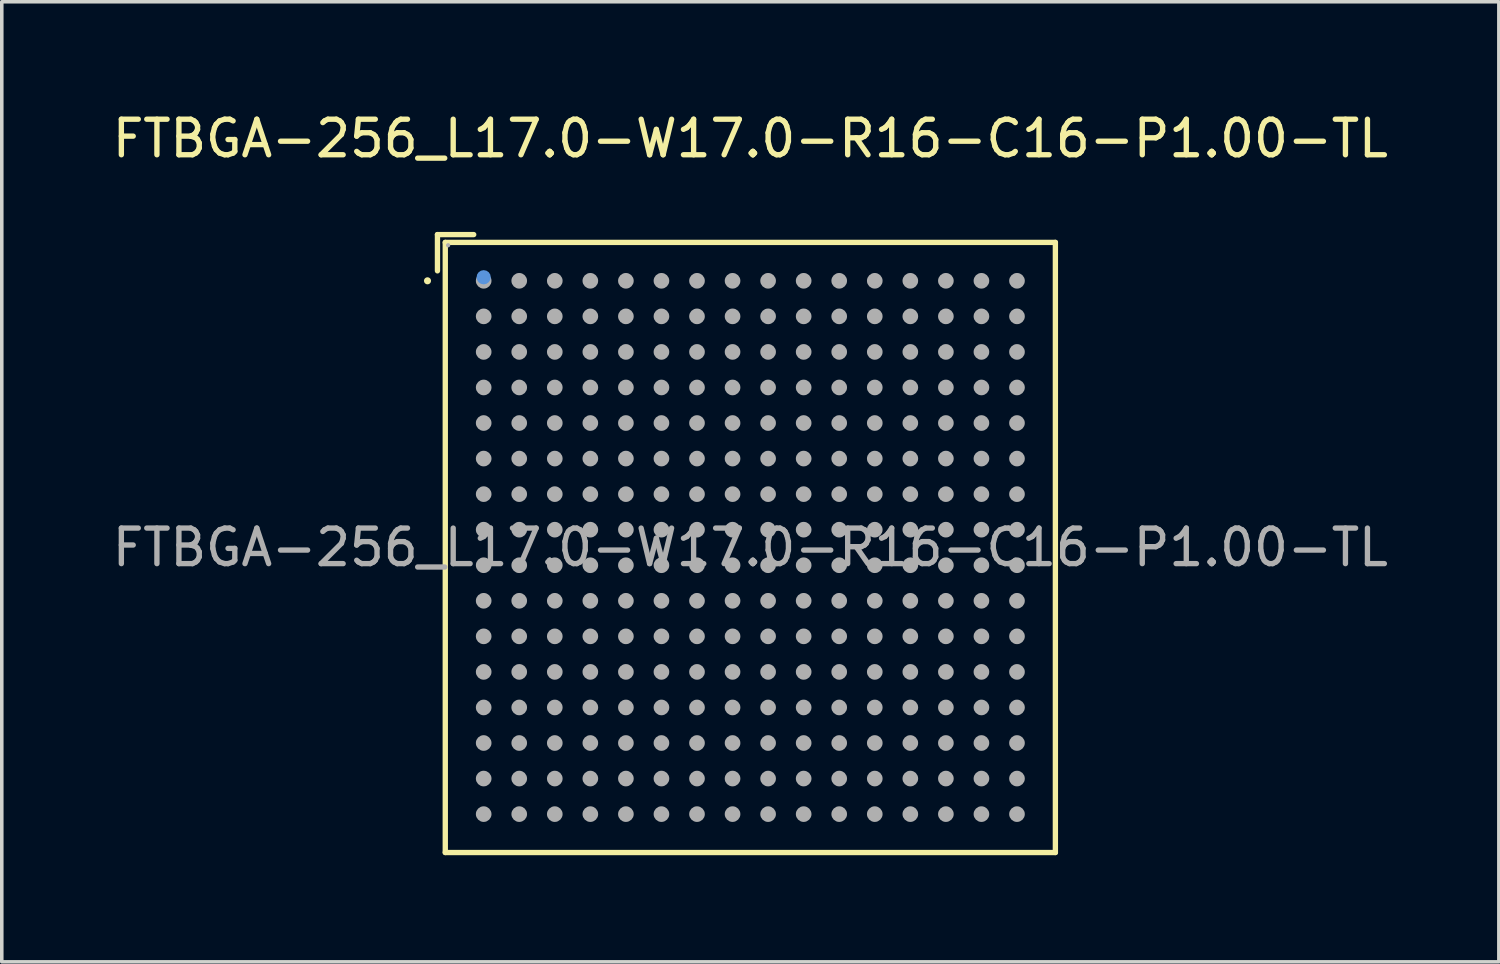
<source format=kicad_pcb>
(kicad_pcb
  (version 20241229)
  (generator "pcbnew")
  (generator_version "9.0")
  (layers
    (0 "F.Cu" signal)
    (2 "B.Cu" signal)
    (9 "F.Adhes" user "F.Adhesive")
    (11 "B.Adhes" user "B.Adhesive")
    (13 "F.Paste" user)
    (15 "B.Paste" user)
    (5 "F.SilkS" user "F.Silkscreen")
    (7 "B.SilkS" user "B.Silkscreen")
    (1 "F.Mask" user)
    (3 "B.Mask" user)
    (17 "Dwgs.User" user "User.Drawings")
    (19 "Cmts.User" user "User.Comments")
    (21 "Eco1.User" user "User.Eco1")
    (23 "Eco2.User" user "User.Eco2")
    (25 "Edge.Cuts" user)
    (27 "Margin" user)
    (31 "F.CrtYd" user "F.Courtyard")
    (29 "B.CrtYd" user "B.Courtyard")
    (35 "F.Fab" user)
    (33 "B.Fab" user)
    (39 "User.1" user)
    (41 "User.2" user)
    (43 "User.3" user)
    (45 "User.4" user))
  (footprint "FTBGA-256_L17.0-W17.0-R16-C16-P1.00-TL"
    (layer "F.Cu")
    (at 18.054 12.348)
    (property "Reference" "FTBGA-256_L17.0-W17.0-R16-C16-P1.00-TL" (at 0 -11.5 0) (layer "F.SilkS") (effects (font (size 1 1) (thickness 0.15))))
    (attr through_hole)
    (fp_line (start -8.8 -8.8) (end -7.78 -8.8) (stroke (width 0.15) (type solid)) (layer "F.SilkS"))
    (fp_line (start -8.8 -7.78) (end -8.8 -8.8) (stroke (width 0.15) (type solid)) (layer "F.SilkS"))
    (fp_line (start -8.58 -8.58) (end 8.58 -8.58) (stroke (width 0.15) (type solid)) (layer "F.SilkS"))
    (fp_line (start -8.58 8.58) (end -8.58 -8.58) (stroke (width 0.15) (type solid)) (layer "F.SilkS"))
    (fp_line (start 8.58 -8.58) (end 8.58 8.58) (stroke (width 0.15) (type solid)) (layer "F.SilkS"))
    (fp_line (start 8.58 8.58) (end -8.58 8.58) (stroke (width 0.15) (type solid)) (layer "F.SilkS"))
    (fp_circle (center -9.08 -7.5) (end -9.03 -7.5) (stroke (width 0.1) (type solid)) (fill no) (layer "F.SilkS"))
    (fp_circle (center -7.5 -7.6) (end -7.4 -7.6) (stroke (width 0.2) (type solid)) (fill no) (layer "Cmts.User"))
    (fp_circle (center -8.5 -8.5) (end -8.47 -8.5) (stroke (width 0.06) (type solid)) (fill no) (layer "F.Fab"))
    (fp_circle (center -7.5 -7.5) (end -7.39 -7.5) (stroke (width 0.22) (type solid)) (fill no) (layer "F.Fab"))
    (fp_circle (center -7.5 -6.5) (end -7.39 -6.5) (stroke (width 0.22) (type solid)) (fill no) (layer "F.Fab"))
    (fp_circle (center -7.5 -5.5) (end -7.39 -5.5) (stroke (width 0.22) (type solid)) (fill no) (layer "F.Fab"))
    (fp_circle (center -7.5 -4.5) (end -7.39 -4.5) (stroke (width 0.22) (type solid)) (fill no) (layer "F.Fab"))
    (fp_circle (center -7.5 -3.5) (end -7.39 -3.5) (stroke (width 0.22) (type solid)) (fill no) (layer "F.Fab"))
    (fp_circle (center -7.5 -2.5) (end -7.39 -2.5) (stroke (width 0.22) (type solid)) (fill no) (layer "F.Fab"))
    (fp_circle (center -7.5 -1.5) (end -7.39 -1.5) (stroke (width 0.22) (type solid)) (fill no) (layer "F.Fab"))
    (fp_circle (center -7.5 -0.5) (end -7.39 -0.5) (stroke (width 0.22) (type solid)) (fill no) (layer "F.Fab"))
    (fp_circle (center -7.5 0.5) (end -7.39 0.5) (stroke (width 0.22) (type solid)) (fill no) (layer "F.Fab"))
    (fp_circle (center -7.5 1.5) (end -7.39 1.5) (stroke (width 0.22) (type solid)) (fill no) (layer "F.Fab"))
    (fp_circle (center -7.5 2.5) (end -7.39 2.5) (stroke (width 0.22) (type solid)) (fill no) (layer "F.Fab"))
    (fp_circle (center -7.5 3.5) (end -7.39 3.5) (stroke (width 0.22) (type solid)) (fill no) (layer "F.Fab"))
    (fp_circle (center -7.5 4.5) (end -7.39 4.5) (stroke (width 0.22) (type solid)) (fill no) (layer "F.Fab"))
    (fp_circle (center -7.5 5.5) (end -7.39 5.5) (stroke (width 0.22) (type solid)) (fill no) (layer "F.Fab"))
    (fp_circle (center -7.5 6.5) (end -7.39 6.5) (stroke (width 0.22) (type solid)) (fill no) (layer "F.Fab"))
    (fp_circle (center -7.5 7.5) (end -7.39 7.5) (stroke (width 0.22) (type solid)) (fill no) (layer "F.Fab"))
    (fp_circle (center -6.5 -7.5) (end -6.39 -7.5) (stroke (width 0.22) (type solid)) (fill no) (layer "F.Fab"))
    (fp_circle (center -6.5 -6.5) (end -6.39 -6.5) (stroke (width 0.22) (type solid)) (fill no) (layer "F.Fab"))
    (fp_circle (center -6.5 -5.5) (end -6.39 -5.5) (stroke (width 0.22) (type solid)) (fill no) (layer "F.Fab"))
    (fp_circle (center -6.5 -4.5) (end -6.39 -4.5) (stroke (width 0.22) (type solid)) (fill no) (layer "F.Fab"))
    (fp_circle (center -6.5 -3.5) (end -6.39 -3.5) (stroke (width 0.22) (type solid)) (fill no) (layer "F.Fab"))
    (fp_circle (center -6.5 -2.5) (end -6.39 -2.5) (stroke (width 0.22) (type solid)) (fill no) (layer "F.Fab"))
    (fp_circle (center -6.5 -1.5) (end -6.39 -1.5) (stroke (width 0.22) (type solid)) (fill no) (layer "F.Fab"))
    (fp_circle (center -6.5 -0.5) (end -6.39 -0.5) (stroke (width 0.22) (type solid)) (fill no) (layer "F.Fab"))
    (fp_circle (center -6.5 0.5) (end -6.39 0.5) (stroke (width 0.22) (type solid)) (fill no) (layer "F.Fab"))
    (fp_circle (center -6.5 1.5) (end -6.39 1.5) (stroke (width 0.22) (type solid)) (fill no) (layer "F.Fab"))
    (fp_circle (center -6.5 2.5) (end -6.39 2.5) (stroke (width 0.22) (type solid)) (fill no) (layer "F.Fab"))
    (fp_circle (center -6.5 3.5) (end -6.39 3.5) (stroke (width 0.22) (type solid)) (fill no) (layer "F.Fab"))
    (fp_circle (center -6.5 4.5) (end -6.39 4.5) (stroke (width 0.22) (type solid)) (fill no) (layer "F.Fab"))
    (fp_circle (center -6.5 5.5) (end -6.39 5.5) (stroke (width 0.22) (type solid)) (fill no) (layer "F.Fab"))
    (fp_circle (center -6.5 6.5) (end -6.39 6.5) (stroke (width 0.22) (type solid)) (fill no) (layer "F.Fab"))
    (fp_circle (center -6.5 7.5) (end -6.39 7.5) (stroke (width 0.22) (type solid)) (fill no) (layer "F.Fab"))
    (fp_circle (center -5.5 -7.5) (end -5.39 -7.5) (stroke (width 0.22) (type solid)) (fill no) (layer "F.Fab"))
    (fp_circle (center -5.5 -6.5) (end -5.39 -6.5) (stroke (width 0.22) (type solid)) (fill no) (layer "F.Fab"))
    (fp_circle (center -5.5 -5.5) (end -5.39 -5.5) (stroke (width 0.22) (type solid)) (fill no) (layer "F.Fab"))
    (fp_circle (center -5.5 -4.5) (end -5.39 -4.5) (stroke (width 0.22) (type solid)) (fill no) (layer "F.Fab"))
    (fp_circle (center -5.5 -3.5) (end -5.39 -3.5) (stroke (width 0.22) (type solid)) (fill no) (layer "F.Fab"))
    (fp_circle (center -5.5 -2.5) (end -5.39 -2.5) (stroke (width 0.22) (type solid)) (fill no) (layer "F.Fab"))
    (fp_circle (center -5.5 -1.5) (end -5.39 -1.5) (stroke (width 0.22) (type solid)) (fill no) (layer "F.Fab"))
    (fp_circle (center -5.5 -0.5) (end -5.39 -0.5) (stroke (width 0.22) (type solid)) (fill no) (layer "F.Fab"))
    (fp_circle (center -5.5 0.5) (end -5.39 0.5) (stroke (width 0.22) (type solid)) (fill no) (layer "F.Fab"))
    (fp_circle (center -5.5 1.5) (end -5.39 1.5) (stroke (width 0.22) (type solid)) (fill no) (layer "F.Fab"))
    (fp_circle (center -5.5 2.5) (end -5.39 2.5) (stroke (width 0.22) (type solid)) (fill no) (layer "F.Fab"))
    (fp_circle (center -5.5 3.5) (end -5.39 3.5) (stroke (width 0.22) (type solid)) (fill no) (layer "F.Fab"))
    (fp_circle (center -5.5 4.5) (end -5.39 4.5) (stroke (width 0.22) (type solid)) (fill no) (layer "F.Fab"))
    (fp_circle (center -5.5 5.5) (end -5.39 5.5) (stroke (width 0.22) (type solid)) (fill no) (layer "F.Fab"))
    (fp_circle (center -5.5 6.5) (end -5.39 6.5) (stroke (width 0.22) (type solid)) (fill no) (layer "F.Fab"))
    (fp_circle (center -5.5 7.5) (end -5.39 7.5) (stroke (width 0.22) (type solid)) (fill no) (layer "F.Fab"))
    (fp_circle (center -4.5 -7.5) (end -4.39 -7.5) (stroke (width 0.22) (type solid)) (fill no) (layer "F.Fab"))
    (fp_circle (center -4.5 -6.5) (end -4.39 -6.5) (stroke (width 0.22) (type solid)) (fill no) (layer "F.Fab"))
    (fp_circle (center -4.5 -5.5) (end -4.39 -5.5) (stroke (width 0.22) (type solid)) (fill no) (layer "F.Fab"))
    (fp_circle (center -4.5 -4.5) (end -4.39 -4.5) (stroke (width 0.22) (type solid)) (fill no) (layer "F.Fab"))
    (fp_circle (center -4.5 -3.5) (end -4.39 -3.5) (stroke (width 0.22) (type solid)) (fill no) (layer "F.Fab"))
    (fp_circle (center -4.5 -2.5) (end -4.39 -2.5) (stroke (width 0.22) (type solid)) (fill no) (layer "F.Fab"))
    (fp_circle (center -4.5 -1.5) (end -4.39 -1.5) (stroke (width 0.22) (type solid)) (fill no) (layer "F.Fab"))
    (fp_circle (center -4.5 -0.5) (end -4.39 -0.5) (stroke (width 0.22) (type solid)) (fill no) (layer "F.Fab"))
    (fp_circle (center -4.5 0.5) (end -4.39 0.5) (stroke (width 0.22) (type solid)) (fill no) (layer "F.Fab"))
    (fp_circle (center -4.5 1.5) (end -4.39 1.5) (stroke (width 0.22) (type solid)) (fill no) (layer "F.Fab"))
    (fp_circle (center -4.5 2.5) (end -4.39 2.5) (stroke (width 0.22) (type solid)) (fill no) (layer "F.Fab"))
    (fp_circle (center -4.5 3.5) (end -4.39 3.5) (stroke (width 0.22) (type solid)) (fill no) (layer "F.Fab"))
    (fp_circle (center -4.5 4.5) (end -4.39 4.5) (stroke (width 0.22) (type solid)) (fill no) (layer "F.Fab"))
    (fp_circle (center -4.5 5.5) (end -4.39 5.5) (stroke (width 0.22) (type solid)) (fill no) (layer "F.Fab"))
    (fp_circle (center -4.5 6.5) (end -4.39 6.5) (stroke (width 0.22) (type solid)) (fill no) (layer "F.Fab"))
    (fp_circle (center -4.5 7.5) (end -4.39 7.5) (stroke (width 0.22) (type solid)) (fill no) (layer "F.Fab"))
    (fp_circle (center -3.5 -7.5) (end -3.39 -7.5) (stroke (width 0.22) (type solid)) (fill no) (layer "F.Fab"))
    (fp_circle (center -3.5 -6.5) (end -3.39 -6.5) (stroke (width 0.22) (type solid)) (fill no) (layer "F.Fab"))
    (fp_circle (center -3.5 -5.5) (end -3.39 -5.5) (stroke (width 0.22) (type solid)) (fill no) (layer "F.Fab"))
    (fp_circle (center -3.5 -4.5) (end -3.39 -4.5) (stroke (width 0.22) (type solid)) (fill no) (layer "F.Fab"))
    (fp_circle (center -3.5 -3.5) (end -3.39 -3.5) (stroke (width 0.22) (type solid)) (fill no) (layer "F.Fab"))
    (fp_circle (center -3.5 -2.5) (end -3.39 -2.5) (stroke (width 0.22) (type solid)) (fill no) (layer "F.Fab"))
    (fp_circle (center -3.5 -1.5) (end -3.39 -1.5) (stroke (width 0.22) (type solid)) (fill no) (layer "F.Fab"))
    (fp_circle (center -3.5 -0.5) (end -3.39 -0.5) (stroke (width 0.22) (type solid)) (fill no) (layer "F.Fab"))
    (fp_circle (center -3.5 0.5) (end -3.39 0.5) (stroke (width 0.22) (type solid)) (fill no) (layer "F.Fab"))
    (fp_circle (center -3.5 1.5) (end -3.39 1.5) (stroke (width 0.22) (type solid)) (fill no) (layer "F.Fab"))
    (fp_circle (center -3.5 2.5) (end -3.39 2.5) (stroke (width 0.22) (type solid)) (fill no) (layer "F.Fab"))
    (fp_circle (center -3.5 3.5) (end -3.39 3.5) (stroke (width 0.22) (type solid)) (fill no) (layer "F.Fab"))
    (fp_circle (center -3.5 4.5) (end -3.39 4.5) (stroke (width 0.22) (type solid)) (fill no) (layer "F.Fab"))
    (fp_circle (center -3.5 5.5) (end -3.39 5.5) (stroke (width 0.22) (type solid)) (fill no) (layer "F.Fab"))
    (fp_circle (center -3.5 6.5) (end -3.39 6.5) (stroke (width 0.22) (type solid)) (fill no) (layer "F.Fab"))
    (fp_circle (center -3.5 7.5) (end -3.39 7.5) (stroke (width 0.22) (type solid)) (fill no) (layer "F.Fab"))
    (fp_circle (center -2.5 -7.5) (end -2.39 -7.5) (stroke (width 0.22) (type solid)) (fill no) (layer "F.Fab"))
    (fp_circle (center -2.5 -6.5) (end -2.39 -6.5) (stroke (width 0.22) (type solid)) (fill no) (layer "F.Fab"))
    (fp_circle (center -2.5 -5.5) (end -2.39 -5.5) (stroke (width 0.22) (type solid)) (fill no) (layer "F.Fab"))
    (fp_circle (center -2.5 -4.5) (end -2.39 -4.5) (stroke (width 0.22) (type solid)) (fill no) (layer "F.Fab"))
    (fp_circle (center -2.5 -3.5) (end -2.39 -3.5) (stroke (width 0.22) (type solid)) (fill no) (layer "F.Fab"))
    (fp_circle (center -2.5 -2.5) (end -2.39 -2.5) (stroke (width 0.22) (type solid)) (fill no) (layer "F.Fab"))
    (fp_circle (center -2.5 -1.5) (end -2.39 -1.5) (stroke (width 0.22) (type solid)) (fill no) (layer "F.Fab"))
    (fp_circle (center -2.5 -0.5) (end -2.39 -0.5) (stroke (width 0.22) (type solid)) (fill no) (layer "F.Fab"))
    (fp_circle (center -2.5 0.5) (end -2.39 0.5) (stroke (width 0.22) (type solid)) (fill no) (layer "F.Fab"))
    (fp_circle (center -2.5 1.5) (end -2.39 1.5) (stroke (width 0.22) (type solid)) (fill no) (layer "F.Fab"))
    (fp_circle (center -2.5 2.5) (end -2.39 2.5) (stroke (width 0.22) (type solid)) (fill no) (layer "F.Fab"))
    (fp_circle (center -2.5 3.5) (end -2.39 3.5) (stroke (width 0.22) (type solid)) (fill no) (layer "F.Fab"))
    (fp_circle (center -2.5 4.5) (end -2.39 4.5) (stroke (width 0.22) (type solid)) (fill no) (layer "F.Fab"))
    (fp_circle (center -2.5 5.5) (end -2.39 5.5) (stroke (width 0.22) (type solid)) (fill no) (layer "F.Fab"))
    (fp_circle (center -2.5 6.5) (end -2.39 6.5) (stroke (width 0.22) (type solid)) (fill no) (layer "F.Fab"))
    (fp_circle (center -2.5 7.5) (end -2.39 7.5) (stroke (width 0.22) (type solid)) (fill no) (layer "F.Fab"))
    (fp_circle (center -1.5 -7.5) (end -1.39 -7.5) (stroke (width 0.22) (type solid)) (fill no) (layer "F.Fab"))
    (fp_circle (center -1.5 -6.5) (end -1.39 -6.5) (stroke (width 0.22) (type solid)) (fill no) (layer "F.Fab"))
    (fp_circle (center -1.5 -5.5) (end -1.39 -5.5) (stroke (width 0.22) (type solid)) (fill no) (layer "F.Fab"))
    (fp_circle (center -1.5 -4.5) (end -1.39 -4.5) (stroke (width 0.22) (type solid)) (fill no) (layer "F.Fab"))
    (fp_circle (center -1.5 -3.5) (end -1.39 -3.5) (stroke (width 0.22) (type solid)) (fill no) (layer "F.Fab"))
    (fp_circle (center -1.5 -2.5) (end -1.39 -2.5) (stroke (width 0.22) (type solid)) (fill no) (layer "F.Fab"))
    (fp_circle (center -1.5 -1.5) (end -1.39 -1.5) (stroke (width 0.22) (type solid)) (fill no) (layer "F.Fab"))
    (fp_circle (center -1.5 -0.5) (end -1.39 -0.5) (stroke (width 0.22) (type solid)) (fill no) (layer "F.Fab"))
    (fp_circle (center -1.5 0.5) (end -1.39 0.5) (stroke (width 0.22) (type solid)) (fill no) (layer "F.Fab"))
    (fp_circle (center -1.5 1.5) (end -1.39 1.5) (stroke (width 0.22) (type solid)) (fill no) (layer "F.Fab"))
    (fp_circle (center -1.5 2.5) (end -1.39 2.5) (stroke (width 0.22) (type solid)) (fill no) (layer "F.Fab"))
    (fp_circle (center -1.5 3.5) (end -1.39 3.5) (stroke (width 0.22) (type solid)) (fill no) (layer "F.Fab"))
    (fp_circle (center -1.5 4.5) (end -1.39 4.5) (stroke (width 0.22) (type solid)) (fill no) (layer "F.Fab"))
    (fp_circle (center -1.5 5.5) (end -1.39 5.5) (stroke (width 0.22) (type solid)) (fill no) (layer "F.Fab"))
    (fp_circle (center -1.5 6.5) (end -1.39 6.5) (stroke (width 0.22) (type solid)) (fill no) (layer "F.Fab"))
    (fp_circle (center -1.5 7.5) (end -1.39 7.5) (stroke (width 0.22) (type solid)) (fill no) (layer "F.Fab"))
    (fp_circle (center -0.5 -7.5) (end -0.39 -7.5) (stroke (width 0.22) (type solid)) (fill no) (layer "F.Fab"))
    (fp_circle (center -0.5 -6.5) (end -0.39 -6.5) (stroke (width 0.22) (type solid)) (fill no) (layer "F.Fab"))
    (fp_circle (center -0.5 -5.5) (end -0.39 -5.5) (stroke (width 0.22) (type solid)) (fill no) (layer "F.Fab"))
    (fp_circle (center -0.5 -4.5) (end -0.39 -4.5) (stroke (width 0.22) (type solid)) (fill no) (layer "F.Fab"))
    (fp_circle (center -0.5 -3.5) (end -0.39 -3.5) (stroke (width 0.22) (type solid)) (fill no) (layer "F.Fab"))
    (fp_circle (center -0.5 -2.5) (end -0.39 -2.5) (stroke (width 0.22) (type solid)) (fill no) (layer "F.Fab"))
    (fp_circle (center -0.5 -1.5) (end -0.39 -1.5) (stroke (width 0.22) (type solid)) (fill no) (layer "F.Fab"))
    (fp_circle (center -0.5 -0.5) (end -0.39 -0.5) (stroke (width 0.22) (type solid)) (fill no) (layer "F.Fab"))
    (fp_circle (center -0.5 0.5) (end -0.39 0.5) (stroke (width 0.22) (type solid)) (fill no) (layer "F.Fab"))
    (fp_circle (center -0.5 1.5) (end -0.39 1.5) (stroke (width 0.22) (type solid)) (fill no) (layer "F.Fab"))
    (fp_circle (center -0.5 2.5) (end -0.39 2.5) (stroke (width 0.22) (type solid)) (fill no) (layer "F.Fab"))
    (fp_circle (center -0.5 3.5) (end -0.39 3.5) (stroke (width 0.22) (type solid)) (fill no) (layer "F.Fab"))
    (fp_circle (center -0.5 4.5) (end -0.39 4.5) (stroke (width 0.22) (type solid)) (fill no) (layer "F.Fab"))
    (fp_circle (center -0.5 5.5) (end -0.39 5.5) (stroke (width 0.22) (type solid)) (fill no) (layer "F.Fab"))
    (fp_circle (center -0.5 6.5) (end -0.39 6.5) (stroke (width 0.22) (type solid)) (fill no) (layer "F.Fab"))
    (fp_circle (center -0.5 7.5) (end -0.39 7.5) (stroke (width 0.22) (type solid)) (fill no) (layer "F.Fab"))
    (fp_circle (center 0.5 -7.5) (end 0.61 -7.5) (stroke (width 0.22) (type solid)) (fill no) (layer "F.Fab"))
    (fp_circle (center 0.5 -6.5) (end 0.61 -6.5) (stroke (width 0.22) (type solid)) (fill no) (layer "F.Fab"))
    (fp_circle (center 0.5 -5.5) (end 0.61 -5.5) (stroke (width 0.22) (type solid)) (fill no) (layer "F.Fab"))
    (fp_circle (center 0.5 -4.5) (end 0.61 -4.5) (stroke (width 0.22) (type solid)) (fill no) (layer "F.Fab"))
    (fp_circle (center 0.5 -3.5) (end 0.61 -3.5) (stroke (width 0.22) (type solid)) (fill no) (layer "F.Fab"))
    (fp_circle (center 0.5 -2.5) (end 0.61 -2.5) (stroke (width 0.22) (type solid)) (fill no) (layer "F.Fab"))
    (fp_circle (center 0.5 -1.5) (end 0.61 -1.5) (stroke (width 0.22) (type solid)) (fill no) (layer "F.Fab"))
    (fp_circle (center 0.5 -0.5) (end 0.61 -0.5) (stroke (width 0.22) (type solid)) (fill no) (layer "F.Fab"))
    (fp_circle (center 0.5 0.5) (end 0.61 0.5) (stroke (width 0.22) (type solid)) (fill no) (layer "F.Fab"))
    (fp_circle (center 0.5 1.5) (end 0.61 1.5) (stroke (width 0.22) (type solid)) (fill no) (layer "F.Fab"))
    (fp_circle (center 0.5 2.5) (end 0.61 2.5) (stroke (width 0.22) (type solid)) (fill no) (layer "F.Fab"))
    (fp_circle (center 0.5 3.5) (end 0.61 3.5) (stroke (width 0.22) (type solid)) (fill no) (layer "F.Fab"))
    (fp_circle (center 0.5 4.5) (end 0.61 4.5) (stroke (width 0.22) (type solid)) (fill no) (layer "F.Fab"))
    (fp_circle (center 0.5 5.5) (end 0.61 5.5) (stroke (width 0.22) (type solid)) (fill no) (layer "F.Fab"))
    (fp_circle (center 0.5 6.5) (end 0.61 6.5) (stroke (width 0.22) (type solid)) (fill no) (layer "F.Fab"))
    (fp_circle (center 0.5 7.5) (end 0.61 7.5) (stroke (width 0.22) (type solid)) (fill no) (layer "F.Fab"))
    (fp_circle (center 1.5 -7.5) (end 1.61 -7.5) (stroke (width 0.22) (type solid)) (fill no) (layer "F.Fab"))
    (fp_circle (center 1.5 -6.5) (end 1.61 -6.5) (stroke (width 0.22) (type solid)) (fill no) (layer "F.Fab"))
    (fp_circle (center 1.5 -5.5) (end 1.61 -5.5) (stroke (width 0.22) (type solid)) (fill no) (layer "F.Fab"))
    (fp_circle (center 1.5 -4.5) (end 1.61 -4.5) (stroke (width 0.22) (type solid)) (fill no) (layer "F.Fab"))
    (fp_circle (center 1.5 -3.5) (end 1.61 -3.5) (stroke (width 0.22) (type solid)) (fill no) (layer "F.Fab"))
    (fp_circle (center 1.5 -2.5) (end 1.61 -2.5) (stroke (width 0.22) (type solid)) (fill no) (layer "F.Fab"))
    (fp_circle (center 1.5 -1.5) (end 1.61 -1.5) (stroke (width 0.22) (type solid)) (fill no) (layer "F.Fab"))
    (fp_circle (center 1.5 -0.5) (end 1.61 -0.5) (stroke (width 0.22) (type solid)) (fill no) (layer "F.Fab"))
    (fp_circle (center 1.5 0.5) (end 1.61 0.5) (stroke (width 0.22) (type solid)) (fill no) (layer "F.Fab"))
    (fp_circle (center 1.5 1.5) (end 1.61 1.5) (stroke (width 0.22) (type solid)) (fill no) (layer "F.Fab"))
    (fp_circle (center 1.5 2.5) (end 1.61 2.5) (stroke (width 0.22) (type solid)) (fill no) (layer "F.Fab"))
    (fp_circle (center 1.5 3.5) (end 1.61 3.5) (stroke (width 0.22) (type solid)) (fill no) (layer "F.Fab"))
    (fp_circle (center 1.5 4.5) (end 1.61 4.5) (stroke (width 0.22) (type solid)) (fill no) (layer "F.Fab"))
    (fp_circle (center 1.5 5.5) (end 1.61 5.5) (stroke (width 0.22) (type solid)) (fill no) (layer "F.Fab"))
    (fp_circle (center 1.5 6.5) (end 1.61 6.5) (stroke (width 0.22) (type solid)) (fill no) (layer "F.Fab"))
    (fp_circle (center 1.5 7.5) (end 1.61 7.5) (stroke (width 0.22) (type solid)) (fill no) (layer "F.Fab"))
    (fp_circle (center 2.5 -7.5) (end 2.61 -7.5) (stroke (width 0.22) (type solid)) (fill no) (layer "F.Fab"))
    (fp_circle (center 2.5 -6.5) (end 2.61 -6.5) (stroke (width 0.22) (type solid)) (fill no) (layer "F.Fab"))
    (fp_circle (center 2.5 -5.5) (end 2.61 -5.5) (stroke (width 0.22) (type solid)) (fill no) (layer "F.Fab"))
    (fp_circle (center 2.5 -4.5) (end 2.61 -4.5) (stroke (width 0.22) (type solid)) (fill no) (layer "F.Fab"))
    (fp_circle (center 2.5 -3.5) (end 2.61 -3.5) (stroke (width 0.22) (type solid)) (fill no) (layer "F.Fab"))
    (fp_circle (center 2.5 -2.5) (end 2.61 -2.5) (stroke (width 0.22) (type solid)) (fill no) (layer "F.Fab"))
    (fp_circle (center 2.5 -1.5) (end 2.61 -1.5) (stroke (width 0.22) (type solid)) (fill no) (layer "F.Fab"))
    (fp_circle (center 2.5 -0.5) (end 2.61 -0.5) (stroke (width 0.22) (type solid)) (fill no) (layer "F.Fab"))
    (fp_circle (center 2.5 0.5) (end 2.61 0.5) (stroke (width 0.22) (type solid)) (fill no) (layer "F.Fab"))
    (fp_circle (center 2.5 1.5) (end 2.61 1.5) (stroke (width 0.22) (type solid)) (fill no) (layer "F.Fab"))
    (fp_circle (center 2.5 2.5) (end 2.61 2.5) (stroke (width 0.22) (type solid)) (fill no) (layer "F.Fab"))
    (fp_circle (center 2.5 3.5) (end 2.61 3.5) (stroke (width 0.22) (type solid)) (fill no) (layer "F.Fab"))
    (fp_circle (center 2.5 4.5) (end 2.61 4.5) (stroke (width 0.22) (type solid)) (fill no) (layer "F.Fab"))
    (fp_circle (center 2.5 5.5) (end 2.61 5.5) (stroke (width 0.22) (type solid)) (fill no) (layer "F.Fab"))
    (fp_circle (center 2.5 6.5) (end 2.61 6.5) (stroke (width 0.22) (type solid)) (fill no) (layer "F.Fab"))
    (fp_circle (center 2.5 7.5) (end 2.61 7.5) (stroke (width 0.22) (type solid)) (fill no) (layer "F.Fab"))
    (fp_circle (center 3.5 -7.5) (end 3.61 -7.5) (stroke (width 0.22) (type solid)) (fill no) (layer "F.Fab"))
    (fp_circle (center 3.5 -6.5) (end 3.61 -6.5) (stroke (width 0.22) (type solid)) (fill no) (layer "F.Fab"))
    (fp_circle (center 3.5 -5.5) (end 3.61 -5.5) (stroke (width 0.22) (type solid)) (fill no) (layer "F.Fab"))
    (fp_circle (center 3.5 -4.5) (end 3.61 -4.5) (stroke (width 0.22) (type solid)) (fill no) (layer "F.Fab"))
    (fp_circle (center 3.5 -3.5) (end 3.61 -3.5) (stroke (width 0.22) (type solid)) (fill no) (layer "F.Fab"))
    (fp_circle (center 3.5 -2.5) (end 3.61 -2.5) (stroke (width 0.22) (type solid)) (fill no) (layer "F.Fab"))
    (fp_circle (center 3.5 -1.5) (end 3.61 -1.5) (stroke (width 0.22) (type solid)) (fill no) (layer "F.Fab"))
    (fp_circle (center 3.5 -0.5) (end 3.61 -0.5) (stroke (width 0.22) (type solid)) (fill no) (layer "F.Fab"))
    (fp_circle (center 3.5 0.5) (end 3.61 0.5) (stroke (width 0.22) (type solid)) (fill no) (layer "F.Fab"))
    (fp_circle (center 3.5 1.5) (end 3.61 1.5) (stroke (width 0.22) (type solid)) (fill no) (layer "F.Fab"))
    (fp_circle (center 3.5 2.5) (end 3.61 2.5) (stroke (width 0.22) (type solid)) (fill no) (layer "F.Fab"))
    (fp_circle (center 3.5 3.5) (end 3.61 3.5) (stroke (width 0.22) (type solid)) (fill no) (layer "F.Fab"))
    (fp_circle (center 3.5 4.5) (end 3.61 4.5) (stroke (width 0.22) (type solid)) (fill no) (layer "F.Fab"))
    (fp_circle (center 3.5 5.5) (end 3.61 5.5) (stroke (width 0.22) (type solid)) (fill no) (layer "F.Fab"))
    (fp_circle (center 3.5 6.5) (end 3.61 6.5) (stroke (width 0.22) (type solid)) (fill no) (layer "F.Fab"))
    (fp_circle (center 3.5 7.5) (end 3.61 7.5) (stroke (width 0.22) (type solid)) (fill no) (layer "F.Fab"))
    (fp_circle (center 4.5 -7.5) (end 4.61 -7.5) (stroke (width 0.22) (type solid)) (fill no) (layer "F.Fab"))
    (fp_circle (center 4.5 -6.5) (end 4.61 -6.5) (stroke (width 0.22) (type solid)) (fill no) (layer "F.Fab"))
    (fp_circle (center 4.5 -5.5) (end 4.61 -5.5) (stroke (width 0.22) (type solid)) (fill no) (layer "F.Fab"))
    (fp_circle (center 4.5 -4.5) (end 4.61 -4.5) (stroke (width 0.22) (type solid)) (fill no) (layer "F.Fab"))
    (fp_circle (center 4.5 -3.5) (end 4.61 -3.5) (stroke (width 0.22) (type solid)) (fill no) (layer "F.Fab"))
    (fp_circle (center 4.5 -2.5) (end 4.61 -2.5) (stroke (width 0.22) (type solid)) (fill no) (layer "F.Fab"))
    (fp_circle (center 4.5 -1.5) (end 4.61 -1.5) (stroke (width 0.22) (type solid)) (fill no) (layer "F.Fab"))
    (fp_circle (center 4.5 -0.5) (end 4.61 -0.5) (stroke (width 0.22) (type solid)) (fill no) (layer "F.Fab"))
    (fp_circle (center 4.5 0.5) (end 4.61 0.5) (stroke (width 0.22) (type solid)) (fill no) (layer "F.Fab"))
    (fp_circle (center 4.5 1.5) (end 4.61 1.5) (stroke (width 0.22) (type solid)) (fill no) (layer "F.Fab"))
    (fp_circle (center 4.5 2.5) (end 4.61 2.5) (stroke (width 0.22) (type solid)) (fill no) (layer "F.Fab"))
    (fp_circle (center 4.5 3.5) (end 4.61 3.5) (stroke (width 0.22) (type solid)) (fill no) (layer "F.Fab"))
    (fp_circle (center 4.5 4.5) (end 4.61 4.5) (stroke (width 0.22) (type solid)) (fill no) (layer "F.Fab"))
    (fp_circle (center 4.5 5.5) (end 4.61 5.5) (stroke (width 0.22) (type solid)) (fill no) (layer "F.Fab"))
    (fp_circle (center 4.5 6.5) (end 4.61 6.5) (stroke (width 0.22) (type solid)) (fill no) (layer "F.Fab"))
    (fp_circle (center 4.5 7.5) (end 4.61 7.5) (stroke (width 0.22) (type solid)) (fill no) (layer "F.Fab"))
    (fp_circle (center 5.5 -7.5) (end 5.61 -7.5) (stroke (width 0.22) (type solid)) (fill no) (layer "F.Fab"))
    (fp_circle (center 5.5 -6.5) (end 5.61 -6.5) (stroke (width 0.22) (type solid)) (fill no) (layer "F.Fab"))
    (fp_circle (center 5.5 -5.5) (end 5.61 -5.5) (stroke (width 0.22) (type solid)) (fill no) (layer "F.Fab"))
    (fp_circle (center 5.5 -4.5) (end 5.61 -4.5) (stroke (width 0.22) (type solid)) (fill no) (layer "F.Fab"))
    (fp_circle (center 5.5 -3.5) (end 5.61 -3.5) (stroke (width 0.22) (type solid)) (fill no) (layer "F.Fab"))
    (fp_circle (center 5.5 -2.5) (end 5.61 -2.5) (stroke (width 0.22) (type solid)) (fill no) (layer "F.Fab"))
    (fp_circle (center 5.5 -1.5) (end 5.61 -1.5) (stroke (width 0.22) (type solid)) (fill no) (layer "F.Fab"))
    (fp_circle (center 5.5 -0.5) (end 5.61 -0.5) (stroke (width 0.22) (type solid)) (fill no) (layer "F.Fab"))
    (fp_circle (center 5.5 0.5) (end 5.61 0.5) (stroke (width 0.22) (type solid)) (fill no) (layer "F.Fab"))
    (fp_circle (center 5.5 1.5) (end 5.61 1.5) (stroke (width 0.22) (type solid)) (fill no) (layer "F.Fab"))
    (fp_circle (center 5.5 2.5) (end 5.61 2.5) (stroke (width 0.22) (type solid)) (fill no) (layer "F.Fab"))
    (fp_circle (center 5.5 3.5) (end 5.61 3.5) (stroke (width 0.22) (type solid)) (fill no) (layer "F.Fab"))
    (fp_circle (center 5.5 4.5) (end 5.61 4.5) (stroke (width 0.22) (type solid)) (fill no) (layer "F.Fab"))
    (fp_circle (center 5.5 5.5) (end 5.61 5.5) (stroke (width 0.22) (type solid)) (fill no) (layer "F.Fab"))
    (fp_circle (center 5.5 6.5) (end 5.61 6.5) (stroke (width 0.22) (type solid)) (fill no) (layer "F.Fab"))
    (fp_circle (center 5.5 7.5) (end 5.61 7.5) (stroke (width 0.22) (type solid)) (fill no) (layer "F.Fab"))
    (fp_circle (center 6.5 -7.5) (end 6.61 -7.5) (stroke (width 0.22) (type solid)) (fill no) (layer "F.Fab"))
    (fp_circle (center 6.5 -6.5) (end 6.61 -6.5) (stroke (width 0.22) (type solid)) (fill no) (layer "F.Fab"))
    (fp_circle (center 6.5 -5.5) (end 6.61 -5.5) (stroke (width 0.22) (type solid)) (fill no) (layer "F.Fab"))
    (fp_circle (center 6.5 -4.5) (end 6.61 -4.5) (stroke (width 0.22) (type solid)) (fill no) (layer "F.Fab"))
    (fp_circle (center 6.5 -3.5) (end 6.61 -3.5) (stroke (width 0.22) (type solid)) (fill no) (layer "F.Fab"))
    (fp_circle (center 6.5 -2.5) (end 6.61 -2.5) (stroke (width 0.22) (type solid)) (fill no) (layer "F.Fab"))
    (fp_circle (center 6.5 -1.5) (end 6.61 -1.5) (stroke (width 0.22) (type solid)) (fill no) (layer "F.Fab"))
    (fp_circle (center 6.5 -0.5) (end 6.61 -0.5) (stroke (width 0.22) (type solid)) (fill no) (layer "F.Fab"))
    (fp_circle (center 6.5 0.5) (end 6.61 0.5) (stroke (width 0.22) (type solid)) (fill no) (layer "F.Fab"))
    (fp_circle (center 6.5 1.5) (end 6.61 1.5) (stroke (width 0.22) (type solid)) (fill no) (layer "F.Fab"))
    (fp_circle (center 6.5 2.5) (end 6.61 2.5) (stroke (width 0.22) (type solid)) (fill no) (layer "F.Fab"))
    (fp_circle (center 6.5 3.5) (end 6.61 3.5) (stroke (width 0.22) (type solid)) (fill no) (layer "F.Fab"))
    (fp_circle (center 6.5 4.5) (end 6.61 4.5) (stroke (width 0.22) (type solid)) (fill no) (layer "F.Fab"))
    (fp_circle (center 6.5 5.5) (end 6.61 5.5) (stroke (width 0.22) (type solid)) (fill no) (layer "F.Fab"))
    (fp_circle (center 6.5 6.5) (end 6.61 6.5) (stroke (width 0.22) (type solid)) (fill no) (layer "F.Fab"))
    (fp_circle (center 6.5 7.5) (end 6.61 7.5) (stroke (width 0.22) (type solid)) (fill no) (layer "F.Fab"))
    (fp_circle (center 7.5 -7.5) (end 7.61 -7.5) (stroke (width 0.22) (type solid)) (fill no) (layer "F.Fab"))
    (fp_circle (center 7.5 -6.5) (end 7.61 -6.5) (stroke (width 0.22) (type solid)) (fill no) (layer "F.Fab"))
    (fp_circle (center 7.5 -5.5) (end 7.61 -5.5) (stroke (width 0.22) (type solid)) (fill no) (layer "F.Fab"))
    (fp_circle (center 7.5 -4.5) (end 7.61 -4.5) (stroke (width 0.22) (type solid)) (fill no) (layer "F.Fab"))
    (fp_circle (center 7.5 -3.5) (end 7.61 -3.5) (stroke (width 0.22) (type solid)) (fill no) (layer "F.Fab"))
    (fp_circle (center 7.5 -2.5) (end 7.61 -2.5) (stroke (width 0.22) (type solid)) (fill no) (layer "F.Fab"))
    (fp_circle (center 7.5 -1.5) (end 7.61 -1.5) (stroke (width 0.22) (type solid)) (fill no) (layer "F.Fab"))
    (fp_circle (center 7.5 -0.5) (end 7.61 -0.5) (stroke (width 0.22) (type solid)) (fill no) (layer "F.Fab"))
    (fp_circle (center 7.5 0.5) (end 7.61 0.5) (stroke (width 0.22) (type solid)) (fill no) (layer "F.Fab"))
    (fp_circle (center 7.5 1.5) (end 7.61 1.5) (stroke (width 0.22) (type solid)) (fill no) (layer "F.Fab"))
    (fp_circle (center 7.5 2.5) (end 7.61 2.5) (stroke (width 0.22) (type solid)) (fill no) (layer "F.Fab"))
    (fp_circle (center 7.5 3.5) (end 7.61 3.5) (stroke (width 0.22) (type solid)) (fill no) (layer "F.Fab"))
    (fp_circle (center 7.5 4.5) (end 7.61 4.5) (stroke (width 0.22) (type solid)) (fill no) (layer "F.Fab"))
    (fp_circle (center 7.5 5.5) (end 7.61 5.5) (stroke (width 0.22) (type solid)) (fill no) (layer "F.Fab"))
    (fp_circle (center 7.5 6.5) (end 7.61 6.5) (stroke (width 0.22) (type solid)) (fill no) (layer "F.Fab"))
    (fp_circle (center 7.5 7.5) (end 7.61 7.5) (stroke (width 0.22) (type solid)) (fill no) (layer "F.Fab"))
    (fp_text user "${REFERENCE}" (at 0 0 0) (layer "F.Fab") (effects (font (size 1 1) (thickness 0.15))))
    (pad "A1" smd circle (at -7.5 -7.5) (size 0.36 0.36) (layers "F.Cu" "F.Mask" "F.Paste"))
    (pad "A2" smd circle (at -6.5 -7.5) (size 0.36 0.36) (layers "F.Cu" "F.Mask" "F.Paste"))
    (pad "A3" smd circle (at -5.5 -7.5) (size 0.36 0.36) (layers "F.Cu" "F.Mask" "F.Paste"))
    (pad "A4" smd circle (at -4.5 -7.5) (size 0.36 0.36) (layers "F.Cu" "F.Mask" "F.Paste"))
    (pad "A5" smd circle (at -3.5 -7.5) (size 0.36 0.36) (layers "F.Cu" "F.Mask" "F.Paste"))
    (pad "A6" smd circle (at -2.5 -7.5) (size 0.36 0.36) (layers "F.Cu" "F.Mask" "F.Paste"))
    (pad "A7" smd circle (at -1.5 -7.5) (size 0.36 0.36) (layers "F.Cu" "F.Mask" "F.Paste"))
    (pad "A8" smd circle (at -0.5 -7.5) (size 0.36 0.36) (layers "F.Cu" "F.Mask" "F.Paste"))
    (pad "A9" smd circle (at 0.5 -7.5) (size 0.36 0.36) (layers "F.Cu" "F.Mask" "F.Paste"))
    (pad "A10" smd circle (at 1.5 -7.5) (size 0.36 0.36) (layers "F.Cu" "F.Mask" "F.Paste"))
    (pad "A11" smd circle (at 2.5 -7.5) (size 0.36 0.36) (layers "F.Cu" "F.Mask" "F.Paste"))
    (pad "A12" smd circle (at 3.5 -7.5) (size 0.36 0.36) (layers "F.Cu" "F.Mask" "F.Paste"))
    (pad "A13" smd circle (at 4.5 -7.5) (size 0.36 0.36) (layers "F.Cu" "F.Mask" "F.Paste"))
    (pad "A14" smd circle (at 5.5 -7.5) (size 0.36 0.36) (layers "F.Cu" "F.Mask" "F.Paste"))
    (pad "A15" smd circle (at 6.5 -7.5) (size 0.36 0.36) (layers "F.Cu" "F.Mask" "F.Paste"))
    (pad "A16" smd circle (at 7.5 -7.5) (size 0.36 0.36) (layers "F.Cu" "F.Mask" "F.Paste"))
    (pad "B1" smd circle (at -7.5 -6.5) (size 0.36 0.36) (layers "F.Cu" "F.Mask" "F.Paste"))
    (pad "B2" smd circle (at -6.5 -6.5) (size 0.36 0.36) (layers "F.Cu" "F.Mask" "F.Paste"))
    (pad "B3" smd circle (at -5.5 -6.5) (size 0.36 0.36) (layers "F.Cu" "F.Mask" "F.Paste"))
    (pad "B4" smd circle (at -4.5 -6.5) (size 0.36 0.36) (layers "F.Cu" "F.Mask" "F.Paste"))
    (pad "B5" smd circle (at -3.5 -6.5) (size 0.36 0.36) (layers "F.Cu" "F.Mask" "F.Paste"))
    (pad "B6" smd circle (at -2.5 -6.5) (size 0.36 0.36) (layers "F.Cu" "F.Mask" "F.Paste"))
    (pad "B7" smd circle (at -1.5 -6.5) (size 0.36 0.36) (layers "F.Cu" "F.Mask" "F.Paste"))
    (pad "B8" smd circle (at -0.5 -6.5) (size 0.36 0.36) (layers "F.Cu" "F.Mask" "F.Paste"))
    (pad "B9" smd circle (at 0.5 -6.5) (size 0.36 0.36) (layers "F.Cu" "F.Mask" "F.Paste"))
    (pad "B10" smd circle (at 1.5 -6.5) (size 0.36 0.36) (layers "F.Cu" "F.Mask" "F.Paste"))
    (pad "B11" smd circle (at 2.5 -6.5) (size 0.36 0.36) (layers "F.Cu" "F.Mask" "F.Paste"))
    (pad "B12" smd circle (at 3.5 -6.5) (size 0.36 0.36) (layers "F.Cu" "F.Mask" "F.Paste"))
    (pad "B13" smd circle (at 4.5 -6.5) (size 0.36 0.36) (layers "F.Cu" "F.Mask" "F.Paste"))
    (pad "B14" smd circle (at 5.5 -6.5) (size 0.36 0.36) (layers "F.Cu" "F.Mask" "F.Paste"))
    (pad "B15" smd circle (at 6.5 -6.5) (size 0.36 0.36) (layers "F.Cu" "F.Mask" "F.Paste"))
    (pad "B16" smd circle (at 7.5 -6.5) (size 0.36 0.36) (layers "F.Cu" "F.Mask" "F.Paste"))
    (pad "C1" smd circle (at -7.5 -5.5) (size 0.36 0.36) (layers "F.Cu" "F.Mask" "F.Paste"))
    (pad "C2" smd circle (at -6.5 -5.5) (size 0.36 0.36) (layers "F.Cu" "F.Mask" "F.Paste"))
    (pad "C3" smd circle (at -5.5 -5.5) (size 0.36 0.36) (layers "F.Cu" "F.Mask" "F.Paste"))
    (pad "C4" smd circle (at -4.5 -5.5) (size 0.36 0.36) (layers "F.Cu" "F.Mask" "F.Paste"))
    (pad "C5" smd circle (at -3.5 -5.5) (size 0.36 0.36) (layers "F.Cu" "F.Mask" "F.Paste"))
    (pad "C6" smd circle (at -2.5 -5.5) (size 0.36 0.36) (layers "F.Cu" "F.Mask" "F.Paste"))
    (pad "C7" smd circle (at -1.5 -5.5) (size 0.36 0.36) (layers "F.Cu" "F.Mask" "F.Paste"))
    (pad "C8" smd circle (at -0.5 -5.5) (size 0.36 0.36) (layers "F.Cu" "F.Mask" "F.Paste"))
    (pad "C9" smd circle (at 0.5 -5.5) (size 0.36 0.36) (layers "F.Cu" "F.Mask" "F.Paste"))
    (pad "C10" smd circle (at 1.5 -5.5) (size 0.36 0.36) (layers "F.Cu" "F.Mask" "F.Paste"))
    (pad "C11" smd circle (at 2.5 -5.5) (size 0.36 0.36) (layers "F.Cu" "F.Mask" "F.Paste"))
    (pad "C12" smd circle (at 3.5 -5.5) (size 0.36 0.36) (layers "F.Cu" "F.Mask" "F.Paste"))
    (pad "C13" smd circle (at 4.5 -5.5) (size 0.36 0.36) (layers "F.Cu" "F.Mask" "F.Paste"))
    (pad "C14" smd circle (at 5.5 -5.5) (size 0.36 0.36) (layers "F.Cu" "F.Mask" "F.Paste"))
    (pad "C15" smd circle (at 6.5 -5.5) (size 0.36 0.36) (layers "F.Cu" "F.Mask" "F.Paste"))
    (pad "C16" smd circle (at 7.5 -5.5) (size 0.36 0.36) (layers "F.Cu" "F.Mask" "F.Paste"))
    (pad "D1" smd circle (at -7.5 -4.5) (size 0.36 0.36) (layers "F.Cu" "F.Mask" "F.Paste"))
    (pad "D2" smd circle (at -6.5 -4.5) (size 0.36 0.36) (layers "F.Cu" "F.Mask" "F.Paste"))
    (pad "D3" smd circle (at -5.5 -4.5) (size 0.36 0.36) (layers "F.Cu" "F.Mask" "F.Paste"))
    (pad "D4" smd circle (at -4.5 -4.5) (size 0.36 0.36) (layers "F.Cu" "F.Mask" "F.Paste"))
    (pad "D5" smd circle (at -3.5 -4.5) (size 0.36 0.36) (layers "F.Cu" "F.Mask" "F.Paste"))
    (pad "D6" smd circle (at -2.5 -4.5) (size 0.36 0.36) (layers "F.Cu" "F.Mask" "F.Paste"))
    (pad "D7" smd circle (at -1.5 -4.5) (size 0.36 0.36) (layers "F.Cu" "F.Mask" "F.Paste"))
    (pad "D8" smd circle (at -0.5 -4.5) (size 0.36 0.36) (layers "F.Cu" "F.Mask" "F.Paste"))
    (pad "D9" smd circle (at 0.5 -4.5) (size 0.36 0.36) (layers "F.Cu" "F.Mask" "F.Paste"))
    (pad "D10" smd circle (at 1.5 -4.5) (size 0.36 0.36) (layers "F.Cu" "F.Mask" "F.Paste"))
    (pad "D11" smd circle (at 2.5 -4.5) (size 0.36 0.36) (layers "F.Cu" "F.Mask" "F.Paste"))
    (pad "D12" smd circle (at 3.5 -4.5) (size 0.36 0.36) (layers "F.Cu" "F.Mask" "F.Paste"))
    (pad "D13" smd circle (at 4.5 -4.5) (size 0.36 0.36) (layers "F.Cu" "F.Mask" "F.Paste"))
    (pad "D14" smd circle (at 5.5 -4.5) (size 0.36 0.36) (layers "F.Cu" "F.Mask" "F.Paste"))
    (pad "D15" smd circle (at 6.5 -4.5) (size 0.36 0.36) (layers "F.Cu" "F.Mask" "F.Paste"))
    (pad "D16" smd circle (at 7.5 -4.5) (size 0.36 0.36) (layers "F.Cu" "F.Mask" "F.Paste"))
    (pad "E1" smd circle (at -7.5 -3.5) (size 0.36 0.36) (layers "F.Cu" "F.Mask" "F.Paste"))
    (pad "E2" smd circle (at -6.5 -3.5) (size 0.36 0.36) (layers "F.Cu" "F.Mask" "F.Paste"))
    (pad "E3" smd circle (at -5.5 -3.5) (size 0.36 0.36) (layers "F.Cu" "F.Mask" "F.Paste"))
    (pad "E4" smd circle (at -4.5 -3.5) (size 0.36 0.36) (layers "F.Cu" "F.Mask" "F.Paste"))
    (pad "E5" smd circle (at -3.5 -3.5) (size 0.36 0.36) (layers "F.Cu" "F.Mask" "F.Paste"))
    (pad "E6" smd circle (at -2.5 -3.5) (size 0.36 0.36) (layers "F.Cu" "F.Mask" "F.Paste"))
    (pad "E7" smd circle (at -1.5 -3.5) (size 0.36 0.36) (layers "F.Cu" "F.Mask" "F.Paste"))
    (pad "E8" smd circle (at -0.5 -3.5) (size 0.36 0.36) (layers "F.Cu" "F.Mask" "F.Paste"))
    (pad "E9" smd circle (at 0.5 -3.5) (size 0.36 0.36) (layers "F.Cu" "F.Mask" "F.Paste"))
    (pad "E10" smd circle (at 1.5 -3.5) (size 0.36 0.36) (layers "F.Cu" "F.Mask" "F.Paste"))
    (pad "E11" smd circle (at 2.5 -3.5) (size 0.36 0.36) (layers "F.Cu" "F.Mask" "F.Paste"))
    (pad "E12" smd circle (at 3.5 -3.5) (size 0.36 0.36) (layers "F.Cu" "F.Mask" "F.Paste"))
    (pad "E13" smd circle (at 4.5 -3.5) (size 0.36 0.36) (layers "F.Cu" "F.Mask" "F.Paste"))
    (pad "E14" smd circle (at 5.5 -3.5) (size 0.36 0.36) (layers "F.Cu" "F.Mask" "F.Paste"))
    (pad "E15" smd circle (at 6.5 -3.5) (size 0.36 0.36) (layers "F.Cu" "F.Mask" "F.Paste"))
    (pad "E16" smd circle (at 7.5 -3.5) (size 0.36 0.36) (layers "F.Cu" "F.Mask" "F.Paste"))
    (pad "F1" smd circle (at -7.5 -2.5) (size 0.36 0.36) (layers "F.Cu" "F.Mask" "F.Paste"))
    (pad "F2" smd circle (at -6.5 -2.5) (size 0.36 0.36) (layers "F.Cu" "F.Mask" "F.Paste"))
    (pad "F3" smd circle (at -5.5 -2.5) (size 0.36 0.36) (layers "F.Cu" "F.Mask" "F.Paste"))
    (pad "F4" smd circle (at -4.5 -2.5) (size 0.36 0.36) (layers "F.Cu" "F.Mask" "F.Paste"))
    (pad "F5" smd circle (at -3.5 -2.5) (size 0.36 0.36) (layers "F.Cu" "F.Mask" "F.Paste"))
    (pad "F6" smd circle (at -2.5 -2.5) (size 0.36 0.36) (layers "F.Cu" "F.Mask" "F.Paste"))
    (pad "F7" smd circle (at -1.5 -2.5) (size 0.36 0.36) (layers "F.Cu" "F.Mask" "F.Paste"))
    (pad "F8" smd circle (at -0.5 -2.5) (size 0.36 0.36) (layers "F.Cu" "F.Mask" "F.Paste"))
    (pad "F9" smd circle (at 0.5 -2.5) (size 0.36 0.36) (layers "F.Cu" "F.Mask" "F.Paste"))
    (pad "F10" smd circle (at 1.5 -2.5) (size 0.36 0.36) (layers "F.Cu" "F.Mask" "F.Paste"))
    (pad "F11" smd circle (at 2.5 -2.5) (size 0.36 0.36) (layers "F.Cu" "F.Mask" "F.Paste"))
    (pad "F12" smd circle (at 3.5 -2.5) (size 0.36 0.36) (layers "F.Cu" "F.Mask" "F.Paste"))
    (pad "F13" smd circle (at 4.5 -2.5) (size 0.36 0.36) (layers "F.Cu" "F.Mask" "F.Paste"))
    (pad "F14" smd circle (at 5.5 -2.5) (size 0.36 0.36) (layers "F.Cu" "F.Mask" "F.Paste"))
    (pad "F15" smd circle (at 6.5 -2.5) (size 0.36 0.36) (layers "F.Cu" "F.Mask" "F.Paste"))
    (pad "F16" smd circle (at 7.5 -2.5) (size 0.36 0.36) (layers "F.Cu" "F.Mask" "F.Paste"))
    (pad "G1" smd circle (at -7.5 -1.5) (size 0.36 0.36) (layers "F.Cu" "F.Mask" "F.Paste"))
    (pad "G2" smd circle (at -6.5 -1.5) (size 0.36 0.36) (layers "F.Cu" "F.Mask" "F.Paste"))
    (pad "G3" smd circle (at -5.5 -1.5) (size 0.36 0.36) (layers "F.Cu" "F.Mask" "F.Paste"))
    (pad "G4" smd circle (at -4.5 -1.5) (size 0.36 0.36) (layers "F.Cu" "F.Mask" "F.Paste"))
    (pad "G5" smd circle (at -3.5 -1.5) (size 0.36 0.36) (layers "F.Cu" "F.Mask" "F.Paste"))
    (pad "G6" smd circle (at -2.5 -1.5) (size 0.36 0.36) (layers "F.Cu" "F.Mask" "F.Paste"))
    (pad "G7" smd circle (at -1.5 -1.5) (size 0.36 0.36) (layers "F.Cu" "F.Mask" "F.Paste"))
    (pad "G8" smd circle (at -0.5 -1.5) (size 0.36 0.36) (layers "F.Cu" "F.Mask" "F.Paste"))
    (pad "G9" smd circle (at 0.5 -1.5) (size 0.36 0.36) (layers "F.Cu" "F.Mask" "F.Paste"))
    (pad "G10" smd circle (at 1.5 -1.5) (size 0.36 0.36) (layers "F.Cu" "F.Mask" "F.Paste"))
    (pad "G11" smd circle (at 2.5 -1.5) (size 0.36 0.36) (layers "F.Cu" "F.Mask" "F.Paste"))
    (pad "G12" smd circle (at 3.5 -1.5) (size 0.36 0.36) (layers "F.Cu" "F.Mask" "F.Paste"))
    (pad "G13" smd circle (at 4.5 -1.5) (size 0.36 0.36) (layers "F.Cu" "F.Mask" "F.Paste"))
    (pad "G14" smd circle (at 5.5 -1.5) (size 0.36 0.36) (layers "F.Cu" "F.Mask" "F.Paste"))
    (pad "G15" smd circle (at 6.5 -1.5) (size 0.36 0.36) (layers "F.Cu" "F.Mask" "F.Paste"))
    (pad "G16" smd circle (at 7.5 -1.5) (size 0.36 0.36) (layers "F.Cu" "F.Mask" "F.Paste"))
    (pad "H1" smd circle (at -7.5 -0.5) (size 0.36 0.36) (layers "F.Cu" "F.Mask" "F.Paste"))
    (pad "H2" smd circle (at -6.5 -0.5) (size 0.36 0.36) (layers "F.Cu" "F.Mask" "F.Paste"))
    (pad "H3" smd circle (at -5.5 -0.5) (size 0.36 0.36) (layers "F.Cu" "F.Mask" "F.Paste"))
    (pad "H4" smd circle (at -4.5 -0.5) (size 0.36 0.36) (layers "F.Cu" "F.Mask" "F.Paste"))
    (pad "H5" smd circle (at -3.5 -0.5) (size 0.36 0.36) (layers "F.Cu" "F.Mask" "F.Paste"))
    (pad "H6" smd circle (at -2.5 -0.5) (size 0.36 0.36) (layers "F.Cu" "F.Mask" "F.Paste"))
    (pad "H7" smd circle (at -1.5 -0.5) (size 0.36 0.36) (layers "F.Cu" "F.Mask" "F.Paste"))
    (pad "H8" smd circle (at -0.5 -0.5) (size 0.36 0.36) (layers "F.Cu" "F.Mask" "F.Paste"))
    (pad "H9" smd circle (at 0.5 -0.5) (size 0.36 0.36) (layers "F.Cu" "F.Mask" "F.Paste"))
    (pad "H10" smd circle (at 1.5 -0.5) (size 0.36 0.36) (layers "F.Cu" "F.Mask" "F.Paste"))
    (pad "H11" smd circle (at 2.5 -0.5) (size 0.36 0.36) (layers "F.Cu" "F.Mask" "F.Paste"))
    (pad "H12" smd circle (at 3.5 -0.5) (size 0.36 0.36) (layers "F.Cu" "F.Mask" "F.Paste"))
    (pad "H13" smd circle (at 4.5 -0.5) (size 0.36 0.36) (layers "F.Cu" "F.Mask" "F.Paste"))
    (pad "H14" smd circle (at 5.5 -0.5) (size 0.36 0.36) (layers "F.Cu" "F.Mask" "F.Paste"))
    (pad "H15" smd circle (at 6.5 -0.5) (size 0.36 0.36) (layers "F.Cu" "F.Mask" "F.Paste"))
    (pad "H16" smd circle (at 7.5 -0.5) (size 0.36 0.36) (layers "F.Cu" "F.Mask" "F.Paste"))
    (pad "J1" smd circle (at -7.5 0.5) (size 0.36 0.36) (layers "F.Cu" "F.Mask" "F.Paste"))
    (pad "J2" smd circle (at -6.5 0.5) (size 0.36 0.36) (layers "F.Cu" "F.Mask" "F.Paste"))
    (pad "J3" smd circle (at -5.5 0.5) (size 0.36 0.36) (layers "F.Cu" "F.Mask" "F.Paste"))
    (pad "J4" smd circle (at -4.5 0.5) (size 0.36 0.36) (layers "F.Cu" "F.Mask" "F.Paste"))
    (pad "J5" smd circle (at -3.5 0.5) (size 0.36 0.36) (layers "F.Cu" "F.Mask" "F.Paste"))
    (pad "J6" smd circle (at -2.5 0.5) (size 0.36 0.36) (layers "F.Cu" "F.Mask" "F.Paste"))
    (pad "J7" smd circle (at -1.5 0.5) (size 0.36 0.36) (layers "F.Cu" "F.Mask" "F.Paste"))
    (pad "J8" smd circle (at -0.5 0.5) (size 0.36 0.36) (layers "F.Cu" "F.Mask" "F.Paste"))
    (pad "J9" smd circle (at 0.5 0.5) (size 0.36 0.36) (layers "F.Cu" "F.Mask" "F.Paste"))
    (pad "J10" smd circle (at 1.5 0.5) (size 0.36 0.36) (layers "F.Cu" "F.Mask" "F.Paste"))
    (pad "J11" smd circle (at 2.5 0.5) (size 0.36 0.36) (layers "F.Cu" "F.Mask" "F.Paste"))
    (pad "J12" smd circle (at 3.5 0.5) (size 0.36 0.36) (layers "F.Cu" "F.Mask" "F.Paste"))
    (pad "J13" smd circle (at 4.5 0.5) (size 0.36 0.36) (layers "F.Cu" "F.Mask" "F.Paste"))
    (pad "J14" smd circle (at 5.5 0.5) (size 0.36 0.36) (layers "F.Cu" "F.Mask" "F.Paste"))
    (pad "J15" smd circle (at 6.5 0.5) (size 0.36 0.36) (layers "F.Cu" "F.Mask" "F.Paste"))
    (pad "J16" smd circle (at 7.5 0.5) (size 0.36 0.36) (layers "F.Cu" "F.Mask" "F.Paste"))
    (pad "K1" smd circle (at -7.5 1.5) (size 0.36 0.36) (layers "F.Cu" "F.Mask" "F.Paste"))
    (pad "K2" smd circle (at -6.5 1.5) (size 0.36 0.36) (layers "F.Cu" "F.Mask" "F.Paste"))
    (pad "K3" smd circle (at -5.5 1.5) (size 0.36 0.36) (layers "F.Cu" "F.Mask" "F.Paste"))
    (pad "K4" smd circle (at -4.5 1.5) (size 0.36 0.36) (layers "F.Cu" "F.Mask" "F.Paste"))
    (pad "K5" smd circle (at -3.5 1.5) (size 0.36 0.36) (layers "F.Cu" "F.Mask" "F.Paste"))
    (pad "K6" smd circle (at -2.5 1.5) (size 0.36 0.36) (layers "F.Cu" "F.Mask" "F.Paste"))
    (pad "K7" smd circle (at -1.5 1.5) (size 0.36 0.36) (layers "F.Cu" "F.Mask" "F.Paste"))
    (pad "K8" smd circle (at -0.5 1.5) (size 0.36 0.36) (layers "F.Cu" "F.Mask" "F.Paste"))
    (pad "K9" smd circle (at 0.5 1.5) (size 0.36 0.36) (layers "F.Cu" "F.Mask" "F.Paste"))
    (pad "K10" smd circle (at 1.5 1.5) (size 0.36 0.36) (layers "F.Cu" "F.Mask" "F.Paste"))
    (pad "K11" smd circle (at 2.5 1.5) (size 0.36 0.36) (layers "F.Cu" "F.Mask" "F.Paste"))
    (pad "K12" smd circle (at 3.5 1.5) (size 0.36 0.36) (layers "F.Cu" "F.Mask" "F.Paste"))
    (pad "K13" smd circle (at 4.5 1.5) (size 0.36 0.36) (layers "F.Cu" "F.Mask" "F.Paste"))
    (pad "K14" smd circle (at 5.5 1.5) (size 0.36 0.36) (layers "F.Cu" "F.Mask" "F.Paste"))
    (pad "K15" smd circle (at 6.5 1.5) (size 0.36 0.36) (layers "F.Cu" "F.Mask" "F.Paste"))
    (pad "K16" smd circle (at 7.5 1.5) (size 0.36 0.36) (layers "F.Cu" "F.Mask" "F.Paste"))
    (pad "L1" smd circle (at -7.5 2.5) (size 0.36 0.36) (layers "F.Cu" "F.Mask" "F.Paste"))
    (pad "L2" smd circle (at -6.5 2.5) (size 0.36 0.36) (layers "F.Cu" "F.Mask" "F.Paste"))
    (pad "L3" smd circle (at -5.5 2.5) (size 0.36 0.36) (layers "F.Cu" "F.Mask" "F.Paste"))
    (pad "L4" smd circle (at -4.5 2.5) (size 0.36 0.36) (layers "F.Cu" "F.Mask" "F.Paste"))
    (pad "L5" smd circle (at -3.5 2.5) (size 0.36 0.36) (layers "F.Cu" "F.Mask" "F.Paste"))
    (pad "L6" smd circle (at -2.5 2.5) (size 0.36 0.36) (layers "F.Cu" "F.Mask" "F.Paste"))
    (pad "L7" smd circle (at -1.5 2.5) (size 0.36 0.36) (layers "F.Cu" "F.Mask" "F.Paste"))
    (pad "L8" smd circle (at -0.5 2.5) (size 0.36 0.36) (layers "F.Cu" "F.Mask" "F.Paste"))
    (pad "L9" smd circle (at 0.5 2.5) (size 0.36 0.36) (layers "F.Cu" "F.Mask" "F.Paste"))
    (pad "L10" smd circle (at 1.5 2.5) (size 0.36 0.36) (layers "F.Cu" "F.Mask" "F.Paste"))
    (pad "L11" smd circle (at 2.5 2.5) (size 0.36 0.36) (layers "F.Cu" "F.Mask" "F.Paste"))
    (pad "L12" smd circle (at 3.5 2.5) (size 0.36 0.36) (layers "F.Cu" "F.Mask" "F.Paste"))
    (pad "L13" smd circle (at 4.5 2.5) (size 0.36 0.36) (layers "F.Cu" "F.Mask" "F.Paste"))
    (pad "L14" smd circle (at 5.5 2.5) (size 0.36 0.36) (layers "F.Cu" "F.Mask" "F.Paste"))
    (pad "L15" smd circle (at 6.5 2.5) (size 0.36 0.36) (layers "F.Cu" "F.Mask" "F.Paste"))
    (pad "L16" smd circle (at 7.5 2.5) (size 0.36 0.36) (layers "F.Cu" "F.Mask" "F.Paste"))
    (pad "M1" smd circle (at -7.5 3.5) (size 0.36 0.36) (layers "F.Cu" "F.Mask" "F.Paste"))
    (pad "M2" smd circle (at -6.5 3.5) (size 0.36 0.36) (layers "F.Cu" "F.Mask" "F.Paste"))
    (pad "M3" smd circle (at -5.5 3.5) (size 0.36 0.36) (layers "F.Cu" "F.Mask" "F.Paste"))
    (pad "M4" smd circle (at -4.5 3.5) (size 0.36 0.36) (layers "F.Cu" "F.Mask" "F.Paste"))
    (pad "M5" smd circle (at -3.5 3.5) (size 0.36 0.36) (layers "F.Cu" "F.Mask" "F.Paste"))
    (pad "M6" smd circle (at -2.5 3.5) (size 0.36 0.36) (layers "F.Cu" "F.Mask" "F.Paste"))
    (pad "M7" smd circle (at -1.5 3.5) (size 0.36 0.36) (layers "F.Cu" "F.Mask" "F.Paste"))
    (pad "M8" smd circle (at -0.5 3.5) (size 0.36 0.36) (layers "F.Cu" "F.Mask" "F.Paste"))
    (pad "M9" smd circle (at 0.5 3.5) (size 0.36 0.36) (layers "F.Cu" "F.Mask" "F.Paste"))
    (pad "M10" smd circle (at 1.5 3.5) (size 0.36 0.36) (layers "F.Cu" "F.Mask" "F.Paste"))
    (pad "M11" smd circle (at 2.5 3.5) (size 0.36 0.36) (layers "F.Cu" "F.Mask" "F.Paste"))
    (pad "M12" smd circle (at 3.5 3.5) (size 0.36 0.36) (layers "F.Cu" "F.Mask" "F.Paste"))
    (pad "M13" smd circle (at 4.5 3.5) (size 0.36 0.36) (layers "F.Cu" "F.Mask" "F.Paste"))
    (pad "M14" smd circle (at 5.5 3.5) (size 0.36 0.36) (layers "F.Cu" "F.Mask" "F.Paste"))
    (pad "M15" smd circle (at 6.5 3.5) (size 0.36 0.36) (layers "F.Cu" "F.Mask" "F.Paste"))
    (pad "M16" smd circle (at 7.5 3.5) (size 0.36 0.36) (layers "F.Cu" "F.Mask" "F.Paste"))
    (pad "N1" smd circle (at -7.5 4.5) (size 0.36 0.36) (layers "F.Cu" "F.Mask" "F.Paste"))
    (pad "N2" smd circle (at -6.5 4.5) (size 0.36 0.36) (layers "F.Cu" "F.Mask" "F.Paste"))
    (pad "N3" smd circle (at -5.5 4.5) (size 0.36 0.36) (layers "F.Cu" "F.Mask" "F.Paste"))
    (pad "N4" smd circle (at -4.5 4.5) (size 0.36 0.36) (layers "F.Cu" "F.Mask" "F.Paste"))
    (pad "N5" smd circle (at -3.5 4.5) (size 0.36 0.36) (layers "F.Cu" "F.Mask" "F.Paste"))
    (pad "N6" smd circle (at -2.5 4.5) (size 0.36 0.36) (layers "F.Cu" "F.Mask" "F.Paste"))
    (pad "N7" smd circle (at -1.5 4.5) (size 0.36 0.36) (layers "F.Cu" "F.Mask" "F.Paste"))
    (pad "N8" smd circle (at -0.5 4.5) (size 0.36 0.36) (layers "F.Cu" "F.Mask" "F.Paste"))
    (pad "N9" smd circle (at 0.5 4.5) (size 0.36 0.36) (layers "F.Cu" "F.Mask" "F.Paste"))
    (pad "N10" smd circle (at 1.5 4.5) (size 0.36 0.36) (layers "F.Cu" "F.Mask" "F.Paste"))
    (pad "N11" smd circle (at 2.5 4.5) (size 0.36 0.36) (layers "F.Cu" "F.Mask" "F.Paste"))
    (pad "N12" smd circle (at 3.5 4.5) (size 0.36 0.36) (layers "F.Cu" "F.Mask" "F.Paste"))
    (pad "N13" smd circle (at 4.5 4.5) (size 0.36 0.36) (layers "F.Cu" "F.Mask" "F.Paste"))
    (pad "N14" smd circle (at 5.5 4.5) (size 0.36 0.36) (layers "F.Cu" "F.Mask" "F.Paste"))
    (pad "N15" smd circle (at 6.5 4.5) (size 0.36 0.36) (layers "F.Cu" "F.Mask" "F.Paste"))
    (pad "N16" smd circle (at 7.5 4.5) (size 0.36 0.36) (layers "F.Cu" "F.Mask" "F.Paste"))
    (pad "P1" smd circle (at -7.5 5.5) (size 0.36 0.36) (layers "F.Cu" "F.Mask" "F.Paste"))
    (pad "P2" smd circle (at -6.5 5.5) (size 0.36 0.36) (layers "F.Cu" "F.Mask" "F.Paste"))
    (pad "P3" smd circle (at -5.5 5.5) (size 0.36 0.36) (layers "F.Cu" "F.Mask" "F.Paste"))
    (pad "P4" smd circle (at -4.5 5.5) (size 0.36 0.36) (layers "F.Cu" "F.Mask" "F.Paste"))
    (pad "P5" smd circle (at -3.5 5.5) (size 0.36 0.36) (layers "F.Cu" "F.Mask" "F.Paste"))
    (pad "P6" smd circle (at -2.5 5.5) (size 0.36 0.36) (layers "F.Cu" "F.Mask" "F.Paste"))
    (pad "P7" smd circle (at -1.5 5.5) (size 0.36 0.36) (layers "F.Cu" "F.Mask" "F.Paste"))
    (pad "P8" smd circle (at -0.5 5.5) (size 0.36 0.36) (layers "F.Cu" "F.Mask" "F.Paste"))
    (pad "P9" smd circle (at 0.5 5.5) (size 0.36 0.36) (layers "F.Cu" "F.Mask" "F.Paste"))
    (pad "P10" smd circle (at 1.5 5.5) (size 0.36 0.36) (layers "F.Cu" "F.Mask" "F.Paste"))
    (pad "P11" smd circle (at 2.5 5.5) (size 0.36 0.36) (layers "F.Cu" "F.Mask" "F.Paste"))
    (pad "P12" smd circle (at 3.5 5.5) (size 0.36 0.36) (layers "F.Cu" "F.Mask" "F.Paste"))
    (pad "P13" smd circle (at 4.5 5.5) (size 0.36 0.36) (layers "F.Cu" "F.Mask" "F.Paste"))
    (pad "P14" smd circle (at 5.5 5.5) (size 0.36 0.36) (layers "F.Cu" "F.Mask" "F.Paste"))
    (pad "P15" smd circle (at 6.5 5.5) (size 0.36 0.36) (layers "F.Cu" "F.Mask" "F.Paste"))
    (pad "P16" smd circle (at 7.5 5.5) (size 0.36 0.36) (layers "F.Cu" "F.Mask" "F.Paste"))
    (pad "R1" smd circle (at -7.5 6.5) (size 0.36 0.36) (layers "F.Cu" "F.Mask" "F.Paste"))
    (pad "R2" smd circle (at -6.5 6.5) (size 0.36 0.36) (layers "F.Cu" "F.Mask" "F.Paste"))
    (pad "R3" smd circle (at -5.5 6.5) (size 0.36 0.36) (layers "F.Cu" "F.Mask" "F.Paste"))
    (pad "R4" smd circle (at -4.5 6.5) (size 0.36 0.36) (layers "F.Cu" "F.Mask" "F.Paste"))
    (pad "R5" smd circle (at -3.5 6.5) (size 0.36 0.36) (layers "F.Cu" "F.Mask" "F.Paste"))
    (pad "R6" smd circle (at -2.5 6.5) (size 0.36 0.36) (layers "F.Cu" "F.Mask" "F.Paste"))
    (pad "R7" smd circle (at -1.5 6.5) (size 0.36 0.36) (layers "F.Cu" "F.Mask" "F.Paste"))
    (pad "R8" smd circle (at -0.5 6.5) (size 0.36 0.36) (layers "F.Cu" "F.Mask" "F.Paste"))
    (pad "R9" smd circle (at 0.5 6.5) (size 0.36 0.36) (layers "F.Cu" "F.Mask" "F.Paste"))
    (pad "R10" smd circle (at 1.5 6.5) (size 0.36 0.36) (layers "F.Cu" "F.Mask" "F.Paste"))
    (pad "R11" smd circle (at 2.5 6.5) (size 0.36 0.36) (layers "F.Cu" "F.Mask" "F.Paste"))
    (pad "R12" smd circle (at 3.5 6.5) (size 0.36 0.36) (layers "F.Cu" "F.Mask" "F.Paste"))
    (pad "R13" smd circle (at 4.5 6.5) (size 0.36 0.36) (layers "F.Cu" "F.Mask" "F.Paste"))
    (pad "R14" smd circle (at 5.5 6.5) (size 0.36 0.36) (layers "F.Cu" "F.Mask" "F.Paste"))
    (pad "R15" smd circle (at 6.5 6.5) (size 0.36 0.36) (layers "F.Cu" "F.Mask" "F.Paste"))
    (pad "R16" smd circle (at 7.5 6.5) (size 0.36 0.36) (layers "F.Cu" "F.Mask" "F.Paste"))
    (pad "T1" smd circle (at -7.5 7.5) (size 0.36 0.36) (layers "F.Cu" "F.Mask" "F.Paste"))
    (pad "T2" smd circle (at -6.5 7.5) (size 0.36 0.36) (layers "F.Cu" "F.Mask" "F.Paste"))
    (pad "T3" smd circle (at -5.5 7.5) (size 0.36 0.36) (layers "F.Cu" "F.Mask" "F.Paste"))
    (pad "T4" smd circle (at -4.5 7.5) (size 0.36 0.36) (layers "F.Cu" "F.Mask" "F.Paste"))
    (pad "T5" smd circle (at -3.5 7.5) (size 0.36 0.36) (layers "F.Cu" "F.Mask" "F.Paste"))
    (pad "T6" smd circle (at -2.5 7.5) (size 0.36 0.36) (layers "F.Cu" "F.Mask" "F.Paste"))
    (pad "T7" smd circle (at -1.5 7.5) (size 0.36 0.36) (layers "F.Cu" "F.Mask" "F.Paste"))
    (pad "T8" smd circle (at -0.5 7.5) (size 0.36 0.36) (layers "F.Cu" "F.Mask" "F.Paste"))
    (pad "T9" smd circle (at 0.5 7.5) (size 0.36 0.36) (layers "F.Cu" "F.Mask" "F.Paste"))
    (pad "T10" smd circle (at 1.5 7.5) (size 0.36 0.36) (layers "F.Cu" "F.Mask" "F.Paste"))
    (pad "T11" smd circle (at 2.5 7.5) (size 0.36 0.36) (layers "F.Cu" "F.Mask" "F.Paste"))
    (pad "T12" smd circle (at 3.5 7.5) (size 0.36 0.36) (layers "F.Cu" "F.Mask" "F.Paste"))
    (pad "T13" smd circle (at 4.5 7.5) (size 0.36 0.36) (layers "F.Cu" "F.Mask" "F.Paste"))
    (pad "T14" smd circle (at 5.5 7.5) (size 0.36 0.36) (layers "F.Cu" "F.Mask" "F.Paste"))
    (pad "T15" smd circle (at 6.5 7.5) (size 0.36 0.36) (layers "F.Cu" "F.Mask" "F.Paste"))
    (pad "T16" smd circle (at 7.5 7.5) (size 0.36 0.36) (layers "F.Cu" "F.Mask" "F.Paste")))
  (gr_rect
    (start -3 -3)
    (end 39.107 24.003)
    (stroke (width 0.1) (type default))
    (fill no)
    (layer "Edge.Cuts")))
</source>
